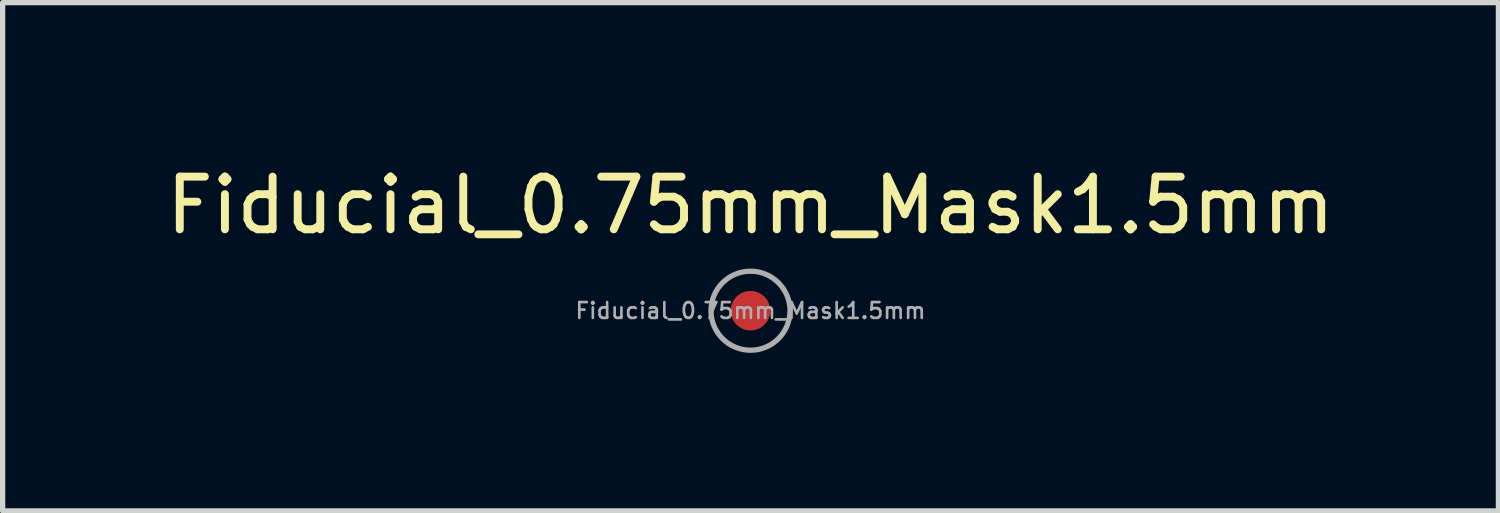
<source format=kicad_pcb>
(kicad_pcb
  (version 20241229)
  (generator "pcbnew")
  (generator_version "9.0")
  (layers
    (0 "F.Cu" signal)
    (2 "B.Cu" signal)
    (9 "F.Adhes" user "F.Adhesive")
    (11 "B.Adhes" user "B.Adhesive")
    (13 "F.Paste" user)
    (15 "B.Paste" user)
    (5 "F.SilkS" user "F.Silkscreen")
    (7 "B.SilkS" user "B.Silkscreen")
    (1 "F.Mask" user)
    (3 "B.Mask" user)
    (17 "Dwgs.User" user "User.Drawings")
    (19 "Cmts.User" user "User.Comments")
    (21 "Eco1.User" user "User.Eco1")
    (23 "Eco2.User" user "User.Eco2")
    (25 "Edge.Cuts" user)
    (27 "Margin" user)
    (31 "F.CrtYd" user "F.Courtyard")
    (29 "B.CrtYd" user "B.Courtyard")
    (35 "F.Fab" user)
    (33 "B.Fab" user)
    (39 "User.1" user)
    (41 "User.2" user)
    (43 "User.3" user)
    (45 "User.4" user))
  (footprint "Fiducial_0.75mm_Mask1.5mm"
    (layer "F.Cu")
    (at 11.196 2.848)
    (property "Reference" "Fiducial_0.75mm_Mask1.5mm" (at 0 -2 0) (layer "F.SilkS") (effects (font (size 1 1) (thickness 0.15))))
    (attr smd)
    (fp_circle (center 0 0) (end 0.75 0) (stroke (width 0.1) (type solid)) (fill no) (layer "F.Fab"))
    (fp_text user "${REFERENCE}" (at 0 0 0) (layer "F.Fab") (effects (font (size 0.3 0.3) (thickness 0.05))))
    (pad "" smd circle (at 0 0) (size 0.75 0.75) (layers "F.Cu" "F.Mask")))
  (gr_rect
    (start -3 -3)
    (end 25.393 6.648)
    (stroke (width 0.1) (type default))
    (fill no)
    (layer "Edge.Cuts")))
</source>
